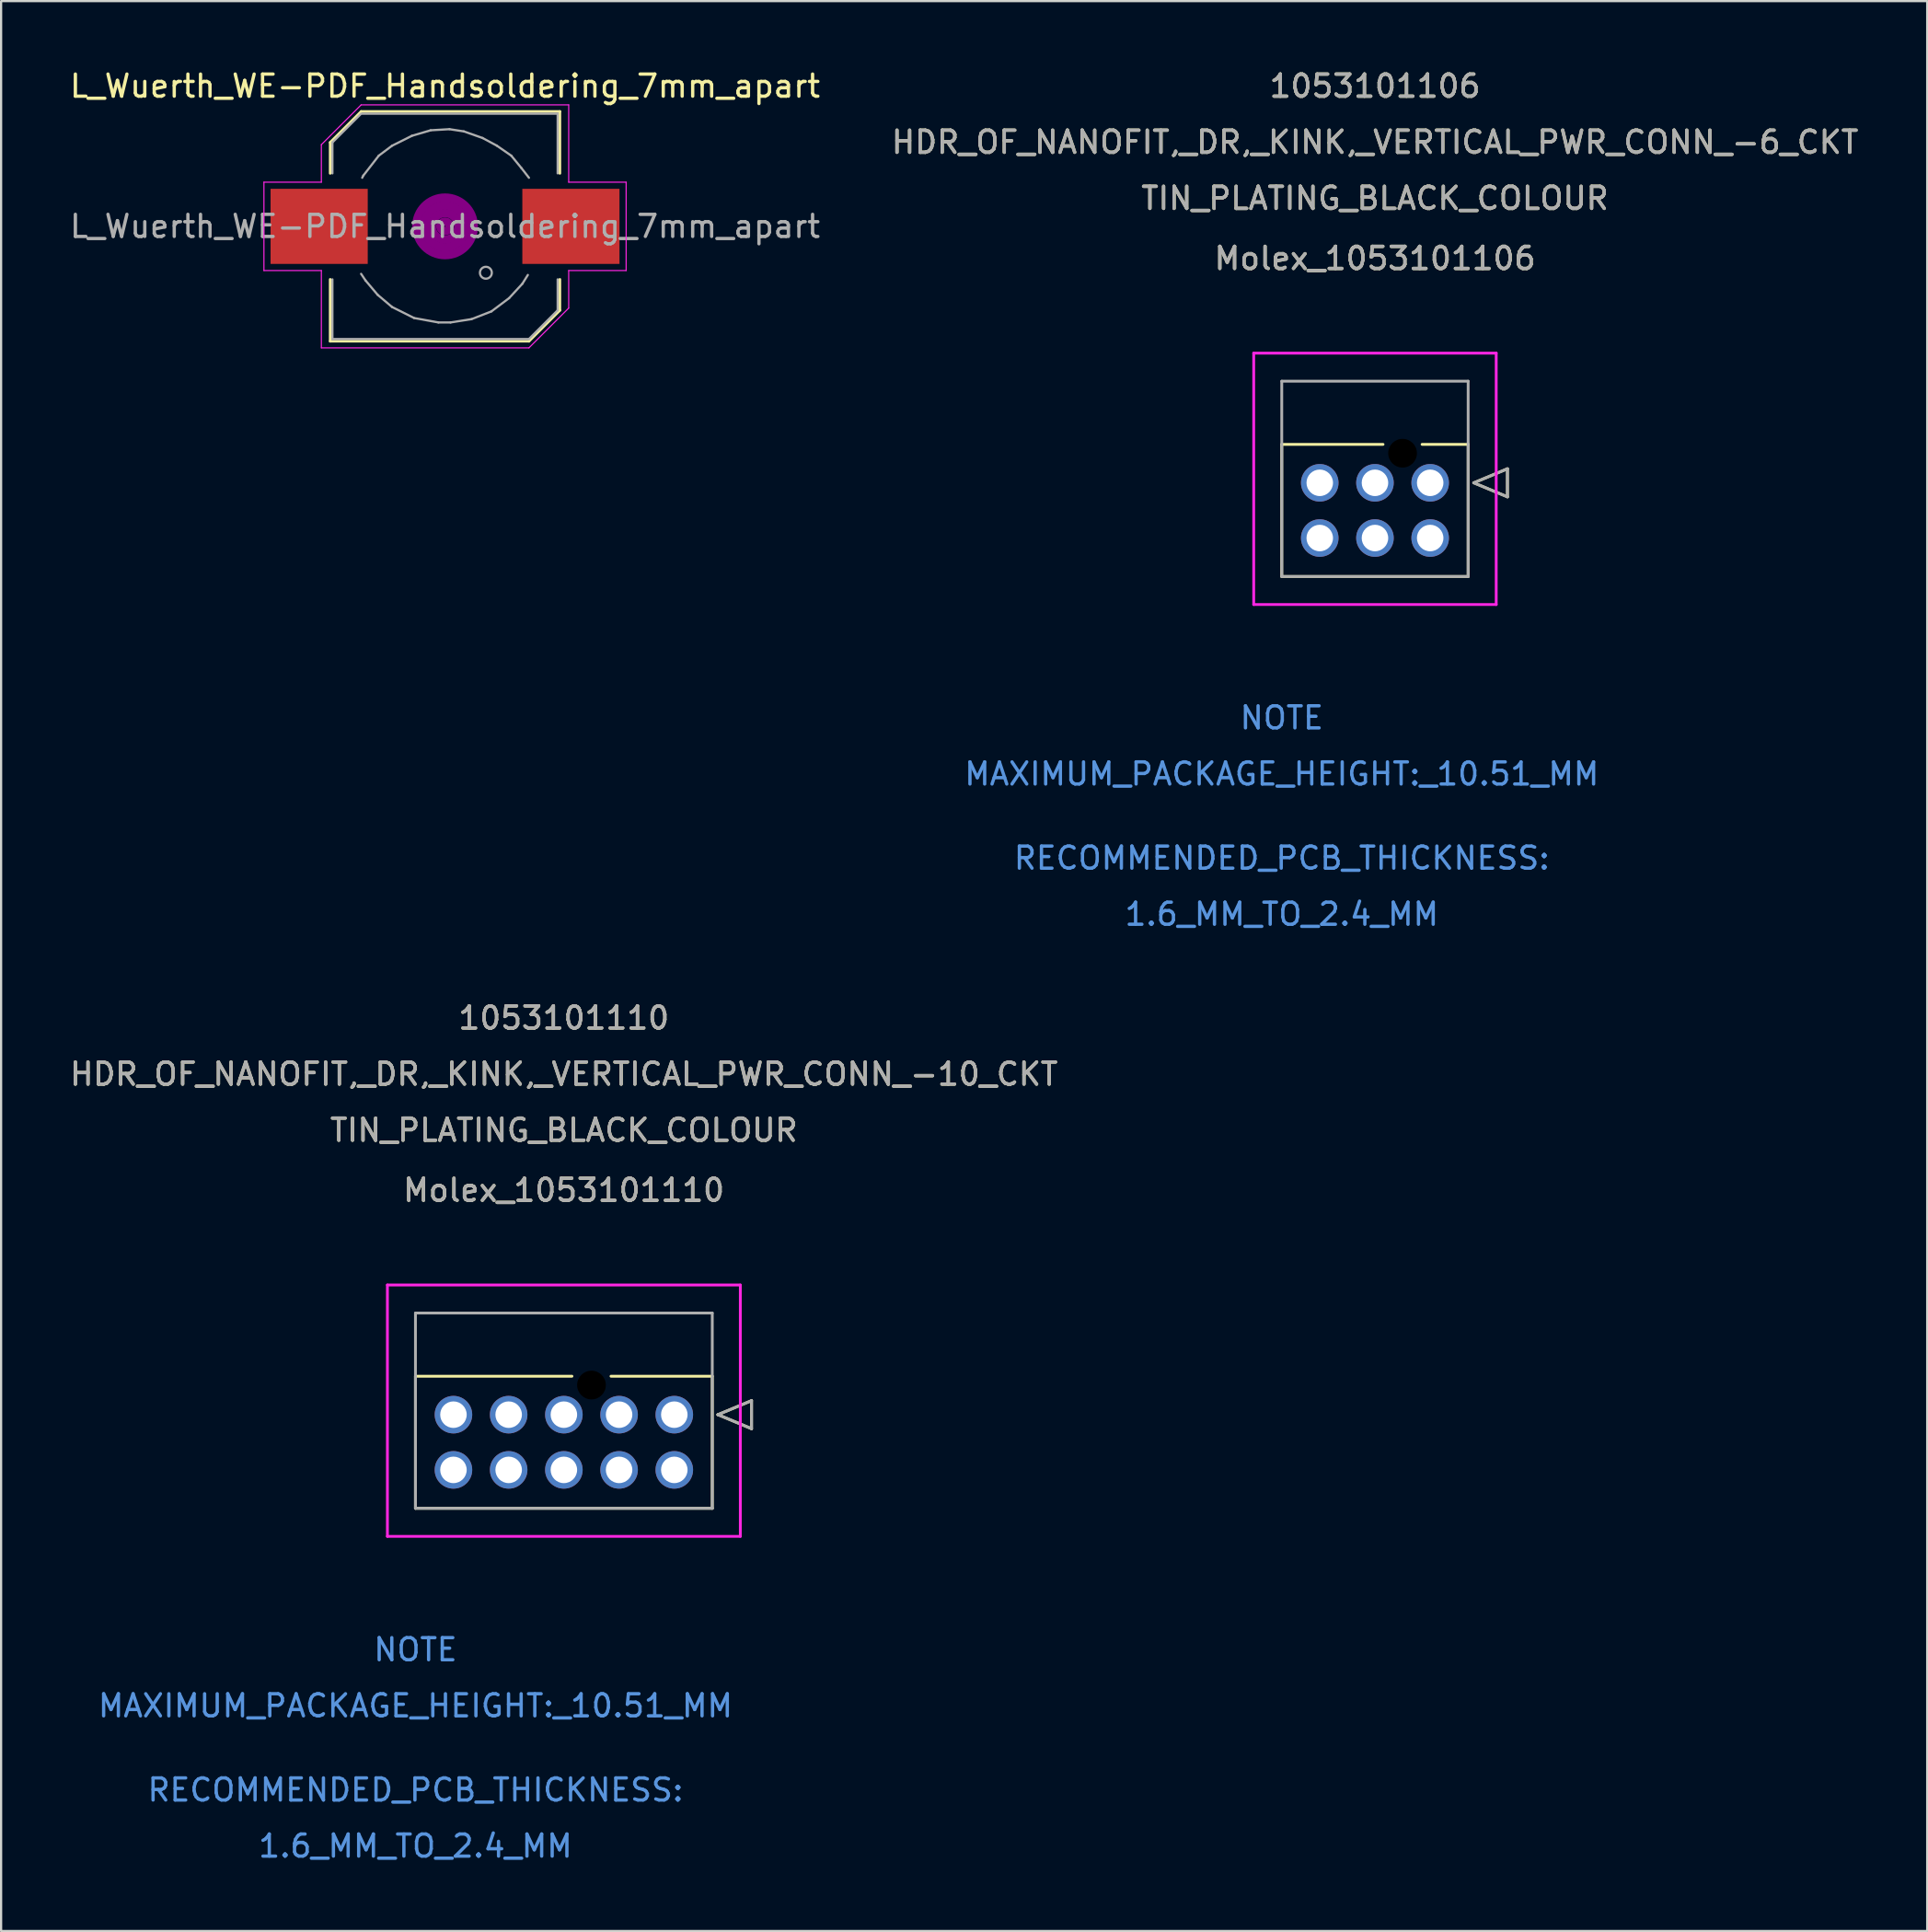
<source format=kicad_pcb>
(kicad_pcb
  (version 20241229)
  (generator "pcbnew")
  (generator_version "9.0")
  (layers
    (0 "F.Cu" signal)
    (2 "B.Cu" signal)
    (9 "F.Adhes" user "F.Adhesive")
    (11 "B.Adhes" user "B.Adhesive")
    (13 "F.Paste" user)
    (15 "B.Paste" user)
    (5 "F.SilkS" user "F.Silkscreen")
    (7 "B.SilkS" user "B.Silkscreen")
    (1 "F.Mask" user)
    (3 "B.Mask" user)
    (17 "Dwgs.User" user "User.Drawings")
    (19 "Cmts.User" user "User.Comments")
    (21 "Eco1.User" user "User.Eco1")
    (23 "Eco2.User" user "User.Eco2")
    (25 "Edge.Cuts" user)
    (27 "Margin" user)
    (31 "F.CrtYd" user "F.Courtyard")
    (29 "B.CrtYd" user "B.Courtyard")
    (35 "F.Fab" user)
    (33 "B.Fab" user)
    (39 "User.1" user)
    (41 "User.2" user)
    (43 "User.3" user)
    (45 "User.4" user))
  (footprint "Molex_1053101106"
    (layer "F.Cu")
    (at 61.708 18.808)
    (property "Reference" "Molex_1053101106" (at -2.5 -10.16 0) (unlocked yes) (layer "F.SilkS") (effects (font (size 1 1) (thickness 0.15))))
    (attr through_hole)
    (fp_line (start -6.72 -1.74) (end -6.72 4.24) (stroke (width 0.127) (type solid)) (layer "F.SilkS"))
    (fp_line (start -6.72 4.24) (end 1.72 4.24) (stroke (width 0.127) (type solid)) (layer "F.SilkS"))
    (fp_line (start -2.134 -1.74) (end -6.72 -1.74) (stroke (width 0.127) (type solid)) (layer "F.SilkS"))
    (fp_line (start 1.72 -1.74) (end -0.366 -1.74) (stroke (width 0.127) (type solid)) (layer "F.SilkS"))
    (fp_line (start 1.72 4.24) (end 1.72 -1.74) (stroke (width 0.127) (type solid)) (layer "F.SilkS"))
    (fp_line (start 1.974 0) (end 3.498 -0.635) (stroke (width 0.127) (type solid)) (layer "F.SilkS"))
    (fp_line (start 3.498 -0.635) (end 3.498 0.635) (stroke (width 0.127) (type solid)) (layer "F.SilkS"))
    (fp_line (start 3.498 0.635) (end 1.974 0) (stroke (width 0.127) (type solid)) (layer "F.SilkS"))
    (fp_line (start -7.99 -5.87) (end -7.99 5.51) (stroke (width 0.127) (type solid)) (layer "F.CrtYd"))
    (fp_line (start -7.99 5.51) (end 2.99 5.51) (stroke (width 0.127) (type solid)) (layer "F.CrtYd"))
    (fp_line (start 2.99 -5.87) (end -7.99 -5.87) (stroke (width 0.127) (type solid)) (layer "F.CrtYd"))
    (fp_line (start 2.99 5.51) (end 2.99 -5.87) (stroke (width 0.127) (type solid)) (layer "F.CrtYd"))
    (fp_line (start -6.72 -4.6) (end -6.72 4.24) (stroke (width 0.127) (type solid)) (layer "F.Fab"))
    (fp_line (start -6.72 4.24) (end 1.72 4.24) (stroke (width 0.127) (type solid)) (layer "F.Fab"))
    (fp_line (start 1.72 -4.6) (end -6.72 -4.6) (stroke (width 0.127) (type solid)) (layer "F.Fab"))
    (fp_line (start 1.72 4.24) (end 1.72 -4.6) (stroke (width 0.127) (type solid)) (layer "F.Fab"))
    (fp_line (start 1.974 0) (end 3.498 -0.635) (stroke (width 0.127) (type solid)) (layer "F.Fab"))
    (fp_line (start 3.498 -0.635) (end 3.498 0.635) (stroke (width 0.127) (type solid)) (layer "F.Fab"))
    (fp_line (start 3.498 0.635) (end 1.974 0) (stroke (width 0.127) (type solid)) (layer "F.Fab"))
    (fp_text user "1053101106" (at -2.5 -17.96 0) (unlocked yes) (layer "F.SilkS") (effects (font (size 1 1) (thickness 0.15))))
    (fp_text user "HDR_OF_NANOFIT,_DR,_KINK,_VERTICAL_PWR_CONN_-6_CKT" (at -2.5 -15.42 0) (unlocked yes) (layer "F.SilkS") (effects (font (size 1 1) (thickness 0.15))))
    (fp_text user "TIN_PLATING_BLACK_COLOUR" (at -2.5 -12.88 0) (unlocked yes) (layer "F.SilkS") (effects (font (size 1 1) (thickness 0.15))))
    (fp_text user "MAXIMUM_PACKAGE_HEIGHT:_10.51_MM" (at -6.72 13.18 0) (unlocked yes) (layer "Cmts.User") (effects (font (size 1 1) (thickness 0.15))))
    (fp_text user "1.6_MM_TO_2.4_MM" (at -6.72 19.53 0) (unlocked yes) (layer "Cmts.User") (effects (font (size 1 1) (thickness 0.15))))
    (fp_text user "NOTE" (at -6.72 10.64 0) (unlocked yes) (layer "Cmts.User") (effects (font (size 1 1) (thickness 0.15))))
    (fp_text user "RECOMMENDED_PCB_THICKNESS:" (at -6.72 16.99 0) (unlocked yes) (layer "Cmts.User") (effects (font (size 1 1) (thickness 0.15))))
    (fp_text user "1053101106" (at -2.5 -17.96 0) (unlocked yes) (layer "F.Fab") (effects (font (size 1 1) (thickness 0.15))))
    (fp_text user "HDR_OF_NANOFIT,_DR,_KINK,_VERTICAL_PWR_CONN_-6_CKT" (at -2.5 -15.42 0) (unlocked yes) (layer "F.Fab") (effects (font (size 1 1) (thickness 0.15))))
    (fp_text user "TIN_PLATING_BLACK_COLOUR" (at -2.5 -12.88 0) (unlocked yes) (layer "F.Fab") (effects (font (size 1 1) (thickness 0.15))))
    (fp_text user "${REFERENCE}" (at -2.5 -10.16 0) (unlocked yes) (layer "F.Fab") (effects (font (size 1 1) (thickness 0.15))))
    (pad "" np_thru_hole circle (at -1.25 -1.34) (size 1.3 1.3) (drill 1.3) (layers))
    (pad "1" thru_hole circle (at 0 0) (size 1.7 1.7) (drill 1.2) (layers "*.Cu" "*.Mask"))
    (pad "2" thru_hole circle (at -2.5 0) (size 1.7 1.7) (drill 1.2) (layers "*.Cu" "*.Mask"))
    (pad "3" thru_hole circle (at -5 0) (size 1.7 1.7) (drill 1.2) (layers "*.Cu" "*.Mask"))
    (pad "4" thru_hole circle (at 0 2.5) (size 1.7 1.7) (drill 1.2) (layers "*.Cu" "*.Mask"))
    (pad "5" thru_hole circle (at -2.5 2.5) (size 1.7 1.7) (drill 1.2) (layers "*.Cu" "*.Mask"))
    (pad "6" thru_hole circle (at -5 2.5) (size 1.7 1.7) (drill 1.2) (layers "*.Cu" "*.Mask")))
  (footprint "Molex_1053101110"
    (layer "F.Cu")
    (at 27.482 60.995)
    (property "Reference" "Molex_1053101110" (at -5 -10.16 0) (unlocked yes) (layer "F.SilkS") (effects (font (size 1 1) (thickness 0.15))))
    (attr through_hole)
    (fp_line (start -11.72 -1.74) (end -11.72 4.24) (stroke (width 0.127) (type solid)) (layer "F.SilkS"))
    (fp_line (start -11.72 4.24) (end 1.72 4.24) (stroke (width 0.127) (type solid)) (layer "F.SilkS"))
    (fp_line (start -4.634 -1.74) (end -11.72 -1.74) (stroke (width 0.127) (type solid)) (layer "F.SilkS"))
    (fp_line (start 1.72 -1.74) (end -2.866 -1.74) (stroke (width 0.127) (type solid)) (layer "F.SilkS"))
    (fp_line (start 1.72 4.24) (end 1.72 -1.74) (stroke (width 0.127) (type solid)) (layer "F.SilkS"))
    (fp_line (start 1.974 0) (end 3.498 -0.635) (stroke (width 0.127) (type solid)) (layer "F.SilkS"))
    (fp_line (start 3.498 -0.635) (end 3.498 0.635) (stroke (width 0.127) (type solid)) (layer "F.SilkS"))
    (fp_line (start 3.498 0.635) (end 1.974 0) (stroke (width 0.127) (type solid)) (layer "F.SilkS"))
    (fp_line (start -12.99 -5.87) (end -12.99 5.51) (stroke (width 0.127) (type solid)) (layer "F.CrtYd"))
    (fp_line (start -12.99 5.51) (end 2.99 5.51) (stroke (width 0.127) (type solid)) (layer "F.CrtYd"))
    (fp_line (start 2.99 -5.87) (end -12.99 -5.87) (stroke (width 0.127) (type solid)) (layer "F.CrtYd"))
    (fp_line (start 2.99 5.51) (end 2.99 -5.87) (stroke (width 0.127) (type solid)) (layer "F.CrtYd"))
    (fp_line (start -11.72 -4.6) (end -11.72 4.24) (stroke (width 0.127) (type solid)) (layer "F.Fab"))
    (fp_line (start -11.72 4.24) (end 1.72 4.24) (stroke (width 0.127) (type solid)) (layer "F.Fab"))
    (fp_line (start 1.72 -4.6) (end -11.72 -4.6) (stroke (width 0.127) (type solid)) (layer "F.Fab"))
    (fp_line (start 1.72 4.24) (end 1.72 -4.6) (stroke (width 0.127) (type solid)) (layer "F.Fab"))
    (fp_line (start 1.974 0) (end 3.498 -0.635) (stroke (width 0.127) (type solid)) (layer "F.Fab"))
    (fp_line (start 3.498 -0.635) (end 3.498 0.635) (stroke (width 0.127) (type solid)) (layer "F.Fab"))
    (fp_line (start 3.498 0.635) (end 1.974 0) (stroke (width 0.127) (type solid)) (layer "F.Fab"))
    (fp_text user "TIN_PLATING_BLACK_COLOUR" (at -5 -12.88 0) (unlocked yes) (layer "F.SilkS") (effects (font (size 1 1) (thickness 0.15))))
    (fp_text user "1053101110" (at -5 -17.96 0) (unlocked yes) (layer "F.SilkS") (effects (font (size 1 1) (thickness 0.15))))
    (fp_text user "HDR_OF_NANOFIT,_DR,_KINK,_VERTICAL_PWR_CONN_-10_CKT" (at -5 -15.42 0) (unlocked yes) (layer "F.SilkS") (effects (font (size 1 1) (thickness 0.15))))
    (fp_text user "1.6_MM_TO_2.4_MM" (at -11.72 19.53 0) (unlocked yes) (layer "Cmts.User") (effects (font (size 1 1) (thickness 0.15))))
    (fp_text user "RECOMMENDED_PCB_THICKNESS:" (at -11.72 16.99 0) (unlocked yes) (layer "Cmts.User") (effects (font (size 1 1) (thickness 0.15))))
    (fp_text user "MAXIMUM_PACKAGE_HEIGHT:_10.51_MM" (at -11.72 13.18 0) (unlocked yes) (layer "Cmts.User") (effects (font (size 1 1) (thickness 0.15))))
    (fp_text user "NOTE" (at -11.72 10.64 0) (unlocked yes) (layer "Cmts.User") (effects (font (size 1 1) (thickness 0.15))))
    (fp_text user "1053101110" (at -5 -17.96 0) (unlocked yes) (layer "F.Fab") (effects (font (size 1 1) (thickness 0.15))))
    (fp_text user "TIN_PLATING_BLACK_COLOUR" (at -5 -12.88 0) (unlocked yes) (layer "F.Fab") (effects (font (size 1 1) (thickness 0.15))))
    (fp_text user "${REFERENCE}" (at -5 -10.16 0) (unlocked yes) (layer "F.Fab") (effects (font (size 1 1) (thickness 0.15))))
    (fp_text user "HDR_OF_NANOFIT,_DR,_KINK,_VERTICAL_PWR_CONN_-10_CKT" (at -5 -15.42 0) (unlocked yes) (layer "F.Fab") (effects (font (size 1 1) (thickness 0.15))))
    (pad "" np_thru_hole circle (at -3.75 -1.34) (size 1.3 1.3) (drill 1.3) (layers))
    (pad "1" thru_hole circle (at 0 0) (size 1.7 1.7) (drill 1.2) (layers "*.Cu" "*.Mask"))
    (pad "2" thru_hole circle (at -2.5 0) (size 1.7 1.7) (drill 1.2) (layers "*.Cu" "*.Mask"))
    (pad "3" thru_hole circle (at -5 0) (size 1.7 1.7) (drill 1.2) (layers "*.Cu" "*.Mask"))
    (pad "4" thru_hole circle (at -7.5 0) (size 1.7 1.7) (drill 1.2) (layers "*.Cu" "*.Mask"))
    (pad "5" thru_hole circle (at -10 0) (size 1.7 1.7) (drill 1.2) (layers "*.Cu" "*.Mask"))
    (pad "6" thru_hole circle (at 0 2.5) (size 1.7 1.7) (drill 1.2) (layers "*.Cu" "*.Mask"))
    (pad "7" thru_hole circle (at -2.5 2.5) (size 1.7 1.7) (drill 1.2) (layers "*.Cu" "*.Mask"))
    (pad "8" thru_hole circle (at -5 2.5) (size 1.7 1.7) (drill 1.2) (layers "*.Cu" "*.Mask"))
    (pad "9" thru_hole circle (at -7.5 2.5) (size 1.7 1.7) (drill 1.2) (layers "*.Cu" "*.Mask"))
    (pad "10" thru_hole circle (at -10 2.5) (size 1.7 1.7) (drill 1.2) (layers "*.Cu" "*.Mask")))
  (footprint "L_Wuerth_WE-PDF_Handsoldering_7mm_apart"
    (layer "F.Cu")
    (at 17.101 7.198)
    (property "Reference" "L_Wuerth_WE-PDF_Handsoldering_7mm_apart" (at 0 -6.35 0) (layer "F.SilkS") (effects (font (size 1 1) (thickness 0.15))))
    (attr smd)
    (fp_line (start -5.2 -2.4) (end -5.2 -3.8) (stroke (width 0.12) (type solid)) (layer "F.SilkS"))
    (fp_line (start -5.2 5.2) (end -5.2 2.4) (stroke (width 0.12) (type solid)) (layer "F.SilkS"))
    (fp_line (start -3.8 -5.2) (end -5.2 -3.8) (stroke (width 0.12) (type solid)) (layer "F.SilkS"))
    (fp_line (start 3.8 5.2) (end -5.2 5.2) (stroke (width 0.12) (type solid)) (layer "F.SilkS"))
    (fp_line (start 3.8 5.2) (end 5.2 3.8) (stroke (width 0.12) (type solid)) (layer "F.SilkS"))
    (fp_line (start 5.2 -5.2) (end -3.8 -5.2) (stroke (width 0.12) (type solid)) (layer "F.SilkS"))
    (fp_line (start 5.2 -5.2) (end 5.2 -2.4) (stroke (width 0.12) (type solid)) (layer "F.SilkS"))
    (fp_line (start 5.2 2.4) (end 5.2 3.8) (stroke (width 0.12) (type solid)) (layer "F.SilkS"))
    (fp_circle (center 0 0) (end 0.15 0.15) (stroke (width 0.38) (type solid)) (fill no) (layer "F.Adhes"))
    (fp_circle (center 0 0) (end 0.6 0.05) (stroke (width 0.38) (type solid)) (fill no) (layer "F.Adhes"))
    (fp_circle (center 0 0) (end 0.95 0) (stroke (width 0.38) (type solid)) (fill no) (layer "F.Adhes"))
    (fp_circle (center 0 0) (end 1.3 0.05) (stroke (width 0.38) (type solid)) (fill no) (layer "F.Adhes"))
    (fp_line (start -8.2 -2) (end -5.6 -2) (stroke (width 0.05) (type solid)) (layer "F.CrtYd"))
    (fp_line (start -8.2 2) (end -8.2 -2) (stroke (width 0.05) (type solid)) (layer "F.CrtYd"))
    (fp_line (start -5.6 -2) (end -5.6 -3.7) (stroke (width 0.05) (type solid)) (layer "F.CrtYd"))
    (fp_line (start -5.6 2) (end -8.2 2) (stroke (width 0.05) (type solid)) (layer "F.CrtYd"))
    (fp_line (start -5.6 5.5) (end -5.6 2) (stroke (width 0.05) (type solid)) (layer "F.CrtYd"))
    (fp_line (start -3.8 -5.5) (end -5.6 -3.7) (stroke (width 0.05) (type solid)) (layer "F.CrtYd"))
    (fp_line (start -3.8 -5.5) (end 5.6 -5.5) (stroke (width 0.05) (type solid)) (layer "F.CrtYd"))
    (fp_line (start 3.8 5.5) (end -5.6 5.5) (stroke (width 0.05) (type solid)) (layer "F.CrtYd"))
    (fp_line (start 3.8 5.5) (end 5.6 3.7) (stroke (width 0.05) (type solid)) (layer "F.CrtYd"))
    (fp_line (start 5.6 -5.5) (end 5.6 -2) (stroke (width 0.05) (type solid)) (layer "F.CrtYd"))
    (fp_line (start 5.6 -2) (end 8.2 -2) (stroke (width 0.05) (type solid)) (layer "F.CrtYd"))
    (fp_line (start 5.6 2) (end 5.6 3.7) (stroke (width 0.05) (type solid)) (layer "F.CrtYd"))
    (fp_line (start 8.2 -2) (end 8.2 2) (stroke (width 0.05) (type solid)) (layer "F.CrtYd"))
    (fp_line (start 8.2 2) (end 5.6 2) (stroke (width 0.05) (type solid)) (layer "F.CrtYd"))
    (fp_line (start -5.1 -3.8) (end -5.1 -2.4) (stroke (width 0.1) (type solid)) (layer "F.Fab"))
    (fp_line (start -5.1 -3.8) (end -3.8 -5.1) (stroke (width 0.1) (type solid)) (layer "F.Fab"))
    (fp_line (start -5.1 2.4) (end -5.1 5.1) (stroke (width 0.1) (type solid)) (layer "F.Fab"))
    (fp_line (start -3.8 2.15) (end -3.6 2.45) (stroke (width 0.1) (type solid)) (layer "F.Fab"))
    (fp_line (start -3.7 -2.3) (end -3.75 -2.2) (stroke (width 0.1) (type solid)) (layer "F.Fab"))
    (fp_line (start -3.6 2.45) (end -3.05 3.1) (stroke (width 0.1) (type solid)) (layer "F.Fab"))
    (fp_line (start -3.05 3.1) (end -2.4 3.65) (stroke (width 0.1) (type solid)) (layer "F.Fab"))
    (fp_line (start -3 -3.2) (end -3.7 -2.3) (stroke (width 0.1) (type solid)) (layer "F.Fab"))
    (fp_line (start -2.4 -3.65) (end -3 -3.2) (stroke (width 0.1) (type solid)) (layer "F.Fab"))
    (fp_line (start -2.4 3.65) (end -1.4 4.15) (stroke (width 0.1) (type solid)) (layer "F.Fab"))
    (fp_line (start -1.5 -4.1) (end -2.4 -3.65) (stroke (width 0.1) (type solid)) (layer "F.Fab"))
    (fp_line (start -1.4 4.15) (end -0.3 4.35) (stroke (width 0.1) (type solid)) (layer "F.Fab"))
    (fp_line (start -0.65 -4.35) (end -1.5 -4.1) (stroke (width 0.1) (type solid)) (layer "F.Fab"))
    (fp_line (start -0.3 4.35) (end 0.25 4.35) (stroke (width 0.1) (type solid)) (layer "F.Fab"))
    (fp_line (start 0.2 -4.4) (end -0.65 -4.35) (stroke (width 0.1) (type solid)) (layer "F.Fab"))
    (fp_line (start 0.25 4.35) (end 1.2 4.2) (stroke (width 0.1) (type solid)) (layer "F.Fab"))
    (fp_line (start 0.85 -4.3) (end 0.2 -4.4) (stroke (width 0.1) (type solid)) (layer "F.Fab"))
    (fp_line (start 1.2 4.2) (end 2.1 3.85) (stroke (width 0.1) (type solid)) (layer "F.Fab"))
    (fp_line (start 1.7 -4) (end 0.85 -4.3) (stroke (width 0.1) (type solid)) (layer "F.Fab"))
    (fp_line (start 2.1 3.85) (end 2.9 3.25) (stroke (width 0.1) (type solid)) (layer "F.Fab"))
    (fp_line (start 2.35 -3.65) (end 1.7 -4) (stroke (width 0.1) (type solid)) (layer "F.Fab"))
    (fp_line (start 2.9 3.25) (end 3.5 2.6) (stroke (width 0.1) (type solid)) (layer "F.Fab"))
    (fp_line (start 3 -3.2) (end 2.35 -3.65) (stroke (width 0.1) (type solid)) (layer "F.Fab"))
    (fp_line (start 3.45 -2.65) (end 3 -3.2) (stroke (width 0.1) (type solid)) (layer "F.Fab"))
    (fp_line (start 3.5 2.6) (end 3.75 2.2) (stroke (width 0.1) (type solid)) (layer "F.Fab"))
    (fp_line (start 3.8 -2.2) (end 3.45 -2.65) (stroke (width 0.1) (type solid)) (layer "F.Fab"))
    (fp_line (start 3.8 5.1) (end -5.1 5.1) (stroke (width 0.1) (type solid)) (layer "F.Fab"))
    (fp_line (start 5.1 -5.1) (end -3.75 -5.1) (stroke (width 0.1) (type solid)) (layer "F.Fab"))
    (fp_line (start 5.1 -5.1) (end 5.1 -2.4) (stroke (width 0.1) (type solid)) (layer "F.Fab"))
    (fp_line (start 5.1 3.8) (end 3.8 5.1) (stroke (width 0.1) (type solid)) (layer "F.Fab"))
    (fp_line (start 5.1 3.8) (end 5.1 2.4) (stroke (width 0.1) (type solid)) (layer "F.Fab"))
    (fp_circle (center 1.85 2.1) (end 2.1 2.2) (stroke (width 0.1) (type solid)) (fill no) (layer "F.Fab"))
    (fp_text user "${REFERENCE}" (at 0 0 0) (layer "F.Fab") (effects (font (size 1 1) (thickness 0.15))))
    (pad "1" smd rect (at -5.7 0) (size 4.4 3.4) (layers "F.Cu" "F.Mask" "F.Paste"))
    (pad "2" smd rect (at 5.7 0) (size 4.4 3.4) (layers "F.Cu" "F.Mask" "F.Paste")))
  (gr_rect
    (start -3 -3)
    (end 84.214 84.373)
    (stroke (width 0.1) (type default))
    (fill no)
    (layer "Edge.Cuts")))
</source>
